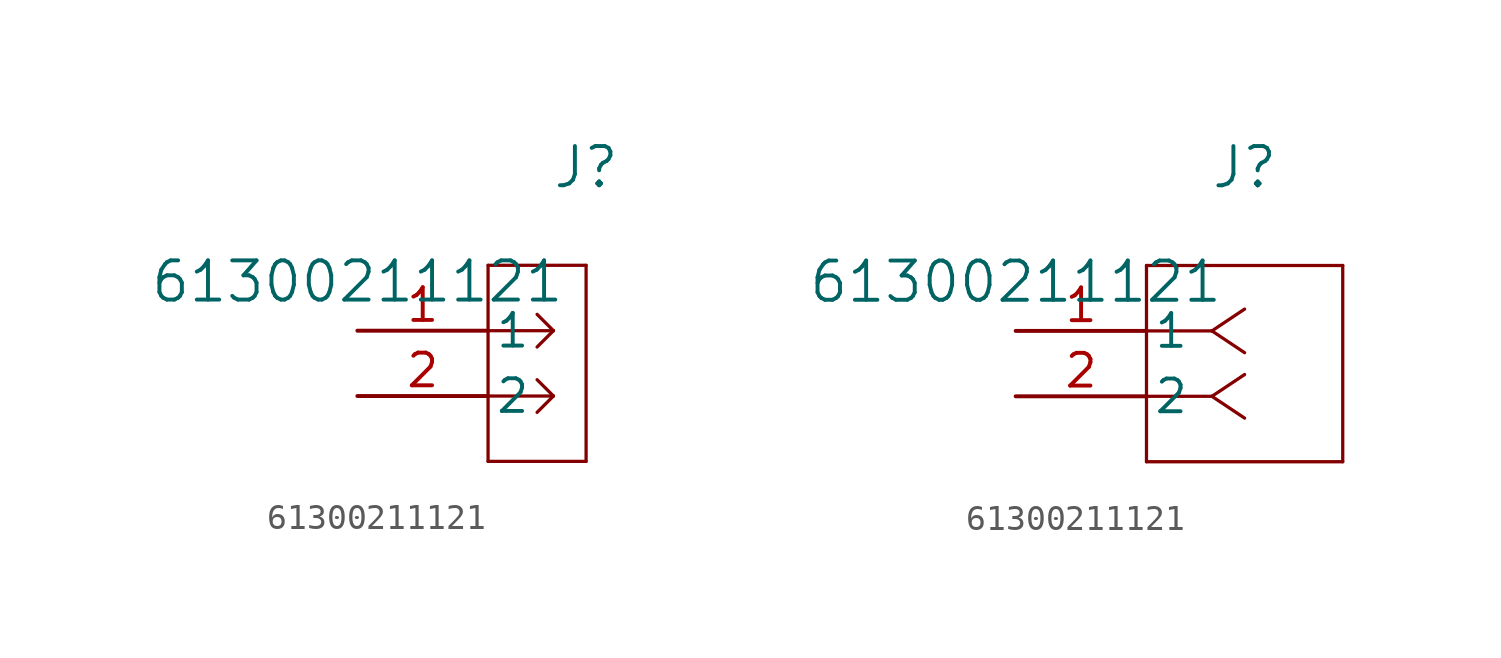
<source format=kicad_sym>
(kicad_symbol_lib
  (version 20220914)
  (generator kicad_symbol_editor)
  (symbol "61300211121"
    (pin_names
      (offset 0.254))
    (property "Reference" "J"
      (at 8.89 6.35 0)
      (effects (font (size 1.524 1.524))))
    (property "Value" "61300211121"
      (at 0 1.905 0)
      (effects (font (size 1.524 1.524))))
    (property "ki_locked" ""
      (at 0 0 0)
      (effects (font (size 1.27 1.27))))
    (symbol "61300211121_1_1"
      (polyline (pts (xy 5.08 -5.08) (xy 8.89 -5.08)) (stroke (width 0.127) (type default)) (fill (type none)))
      (polyline (pts (xy 5.08 2.54) (xy 5.08 -5.08)) (stroke (width 0.127) (type default)) (fill (type none)))
      (polyline (pts (xy 7.62 -2.54) (xy 5.08 -2.54)) (stroke (width 0.127) (type default)) (fill (type none)))
      (polyline (pts (xy 7.62 -2.54) (xy 6.985 -3.175)) (stroke (width 0.127) (type default)) (fill (type none)))
      (polyline (pts (xy 7.62 -2.54) (xy 6.985 -1.905)) (stroke (width 0.127) (type default)) (fill (type none)))
      (polyline (pts (xy 7.62 0) (xy 5.08 0)) (stroke (width 0.127) (type default)) (fill (type none)))
      (polyline (pts (xy 7.62 0) (xy 6.985 -0.635)) (stroke (width 0.127) (type default)) (fill (type none)))
      (polyline (pts (xy 7.62 0) (xy 6.985 0.635)) (stroke (width 0.127) (type default)) (fill (type none)))
      (polyline (pts (xy 8.89 -5.08) (xy 8.89 2.54)) (stroke (width 0.127) (type default)) (fill (type none)))
      (polyline (pts (xy 8.89 2.54) (xy 5.08 2.54)) (stroke (width 0.127) (type default)) (fill (type none)))
      (pin unspecified line (at 0 0 0) (length 5.08) (name "1" (effects (font (size 1.27 1.27)))) (number "1" (effects (font (size 1.27 1.27)))))
      (pin unspecified line (at 0 -2.54 0) (length 5.08) (name "2" (effects (font (size 1.27 1.27)))) (number "2" (effects (font (size 1.27 1.27))))))
    (symbol "61300211121_1_2"
      (polyline (pts (xy 5.08 -5.08) (xy 12.7 -5.08)) (stroke (width 0.127) (type default)) (fill (type none)))
      (polyline (pts (xy 5.08 2.54) (xy 5.08 -5.08)) (stroke (width 0.127) (type default)) (fill (type none)))
      (polyline (pts (xy 7.62 -2.54) (xy 5.08 -2.54)) (stroke (width 0.127) (type default)) (fill (type none)))
      (polyline (pts (xy 7.62 -2.54) (xy 8.89 -3.387)) (stroke (width 0.127) (type default)) (fill (type none)))
      (polyline (pts (xy 7.62 -2.54) (xy 8.89 -1.693)) (stroke (width 0.127) (type default)) (fill (type none)))
      (polyline (pts (xy 7.62 0) (xy 5.08 0)) (stroke (width 0.127) (type default)) (fill (type none)))
      (polyline (pts (xy 7.62 0) (xy 8.89 -0.847)) (stroke (width 0.127) (type default)) (fill (type none)))
      (polyline (pts (xy 7.62 0) (xy 8.89 0.847)) (stroke (width 0.127) (type default)) (fill (type none)))
      (polyline (pts (xy 12.7 -5.08) (xy 12.7 2.54)) (stroke (width 0.127) (type default)) (fill (type none)))
      (polyline (pts (xy 12.7 2.54) (xy 5.08 2.54)) (stroke (width 0.127) (type default)) (fill (type none)))
      (pin unspecified line (at 0 0 0) (length 5.08) (name "1" (effects (font (size 1.27 1.27)))) (number "1" (effects (font (size 1.27 1.27)))))
      (pin unspecified line (at 0 -2.54 0) (length 5.08) (name "2" (effects (font (size 1.27 1.27)))) (number "2" (effects (font (size 1.27 1.27))))))))
</source>
